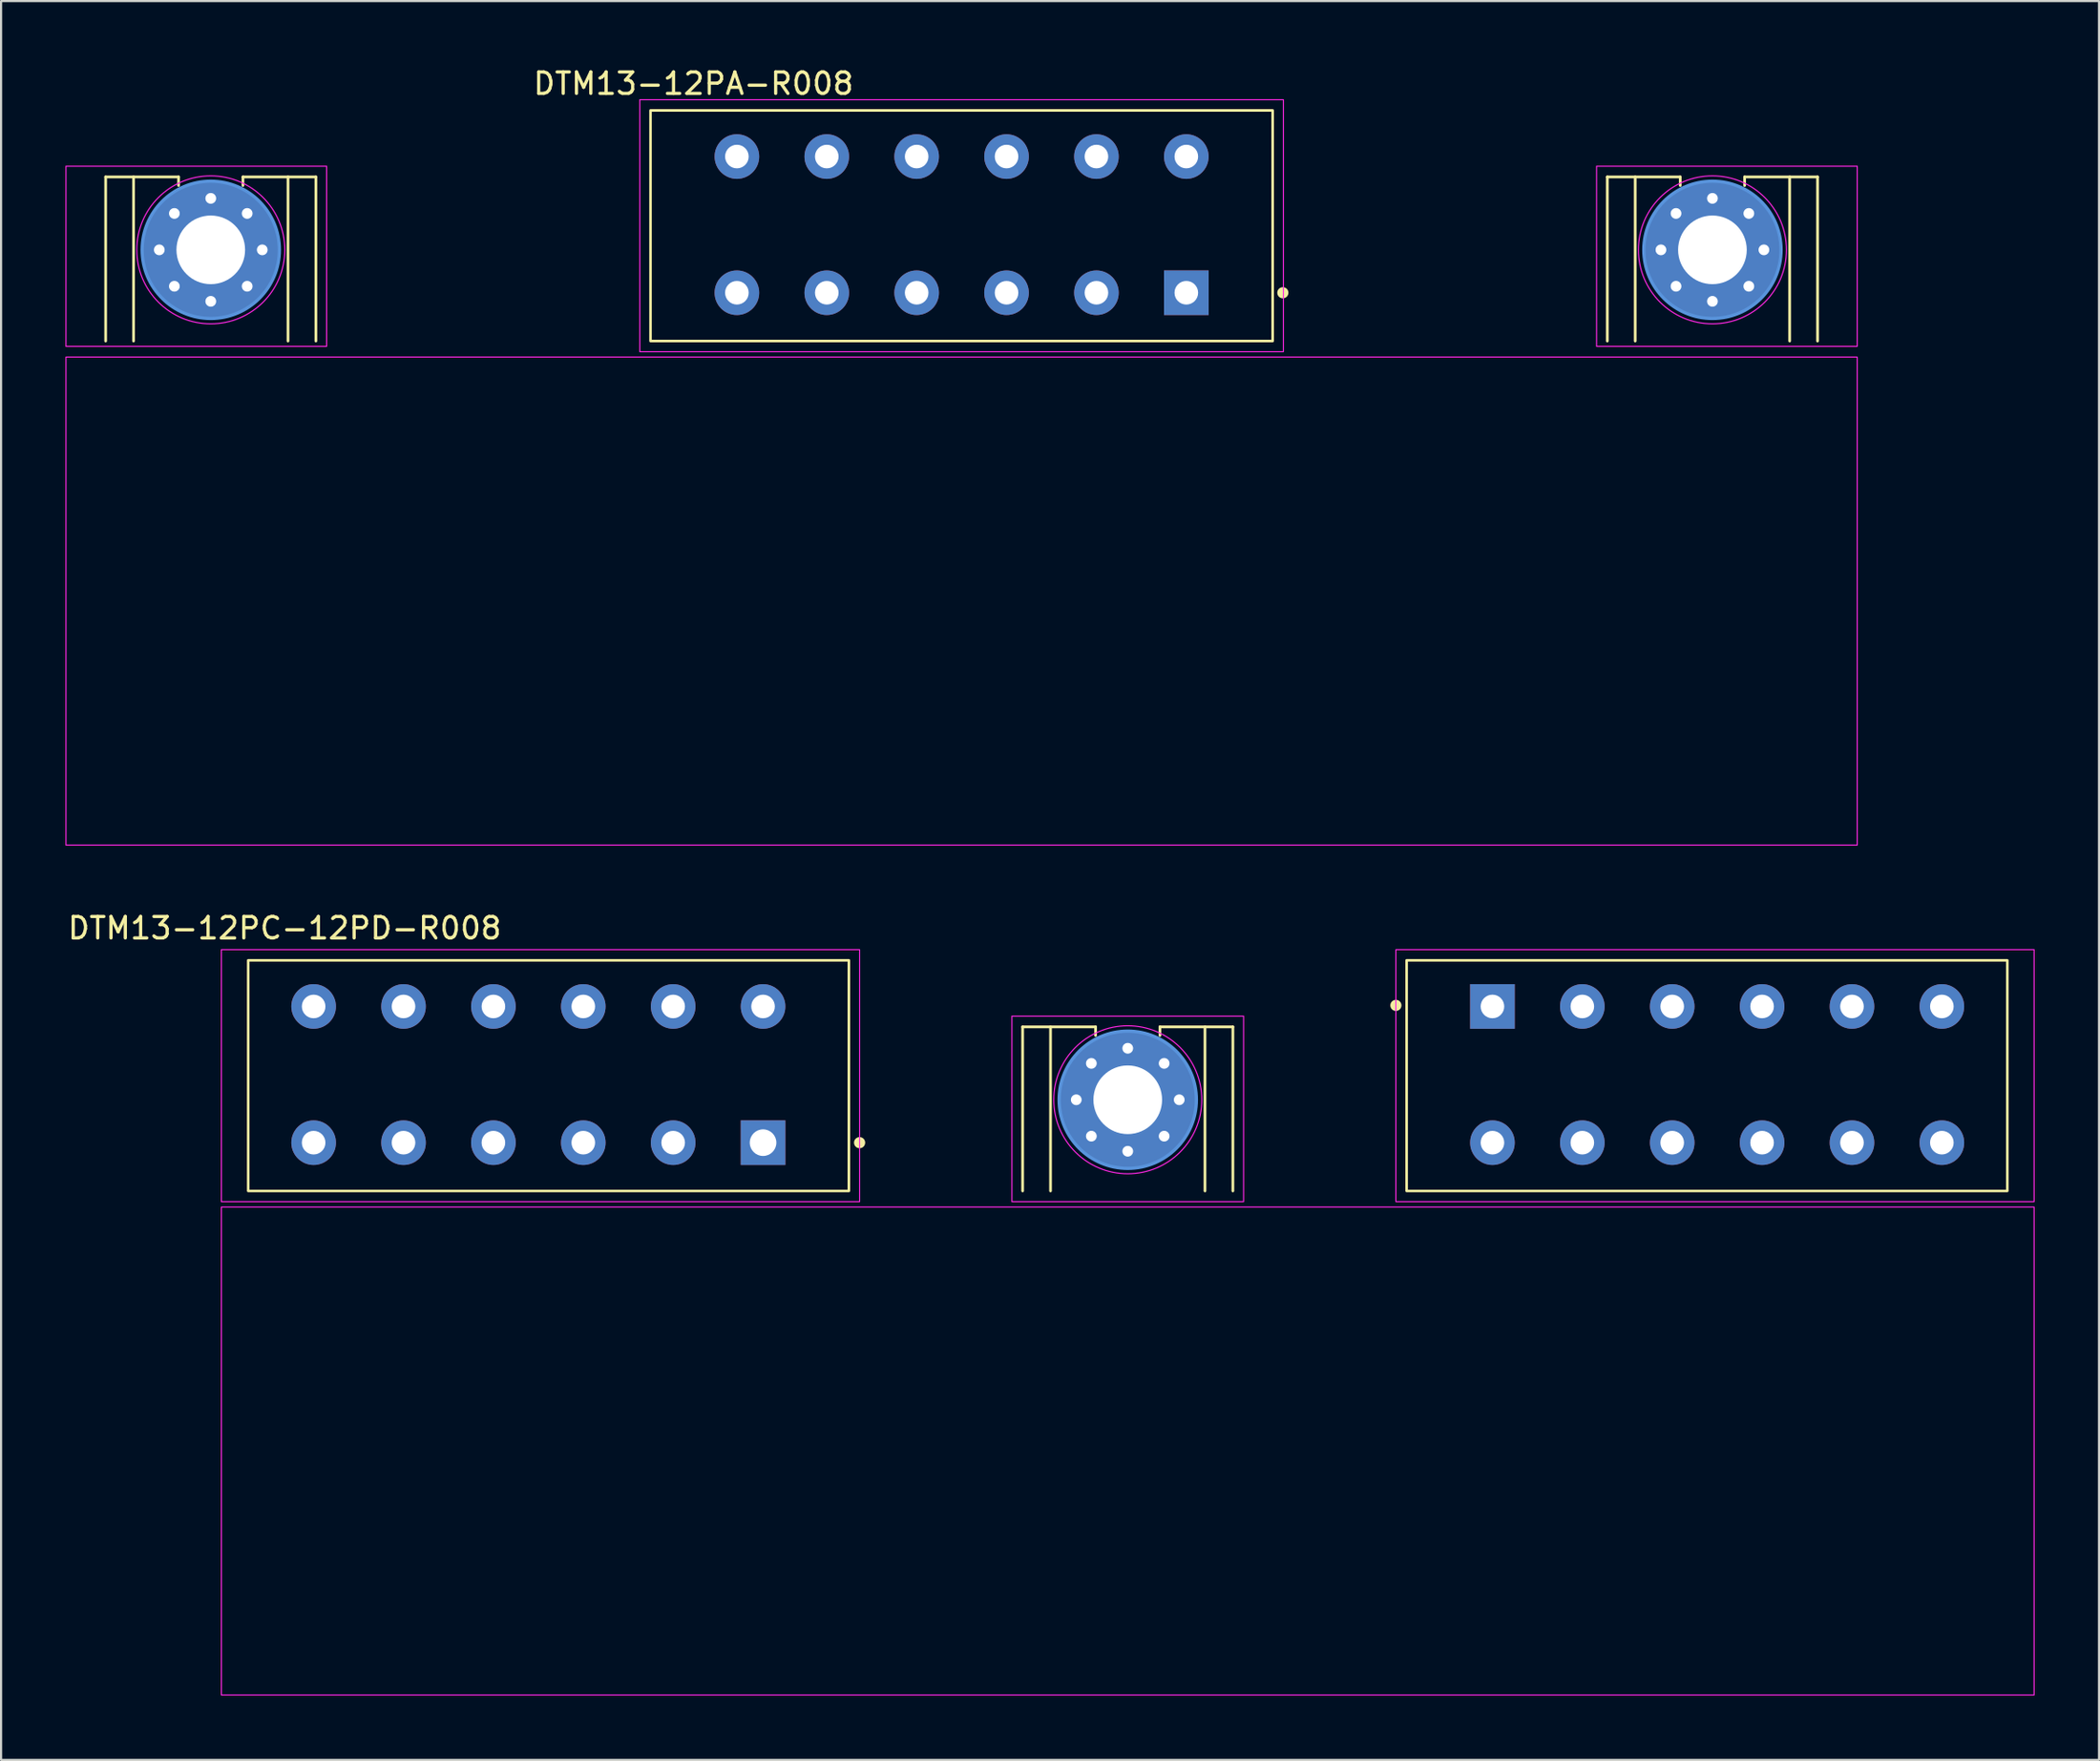
<source format=kicad_pcb>
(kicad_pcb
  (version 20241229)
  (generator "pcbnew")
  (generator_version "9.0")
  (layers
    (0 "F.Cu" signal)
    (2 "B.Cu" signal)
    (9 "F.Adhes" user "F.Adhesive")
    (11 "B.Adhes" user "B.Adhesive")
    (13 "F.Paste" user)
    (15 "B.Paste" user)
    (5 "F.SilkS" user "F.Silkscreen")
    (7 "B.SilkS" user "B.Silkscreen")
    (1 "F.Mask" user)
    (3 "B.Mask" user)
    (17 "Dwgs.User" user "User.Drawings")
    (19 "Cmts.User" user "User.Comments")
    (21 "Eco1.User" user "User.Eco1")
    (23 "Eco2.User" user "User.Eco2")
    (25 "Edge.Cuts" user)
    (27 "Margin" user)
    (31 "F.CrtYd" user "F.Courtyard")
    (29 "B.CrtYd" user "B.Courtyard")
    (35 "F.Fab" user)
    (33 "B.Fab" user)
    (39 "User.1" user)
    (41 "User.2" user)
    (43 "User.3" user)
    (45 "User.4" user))
  (footprint "DTM13-12PC-12PD-R008"
    (layer "F.Cu")
    (at 32.52 50.221)
    (property "Reference" "DTM13-12PC-12PD-R008" (at -22.3 -10 180) (layer "F.SilkS") (effects (font (size 1 1) (thickness 0.15))))
    (attr through_hole)
    (fp_line (start 12.1 -5.4) (end 15.5 -5.4) (stroke (width 0.127) (type solid)) (layer "F.SilkS"))
    (fp_line (start 12.1 2.25) (end 12.1 -5.4) (stroke (width 0.127) (type solid)) (layer "F.SilkS"))
    (fp_line (start 13.4 2.25) (end 13.4 -5.4) (stroke (width 0.127) (type solid)) (layer "F.SilkS"))
    (fp_line (start 15.5 -5.4) (end 15.5 -5) (stroke (width 0.127) (type solid)) (layer "F.SilkS"))
    (fp_line (start 18.5 -5.4) (end 21.9 -5.4) (stroke (width 0.127) (type solid)) (layer "F.SilkS"))
    (fp_line (start 18.5 -5) (end 18.5 -5.4) (stroke (width 0.127) (type solid)) (layer "F.SilkS"))
    (fp_line (start 20.6 2.25) (end 20.6 -5.4) (stroke (width 0.127) (type solid)) (layer "F.SilkS"))
    (fp_line (start 21.9 -5.4) (end 21.9 2.25) (stroke (width 0.127) (type solid)) (layer "F.SilkS"))
    (fp_rect (start -24 -8.5) (end 4 2.25) (stroke (width 0.12) (type solid)) (fill no) (layer "F.SilkS"))
    (fp_rect (start 30 -8.5) (end 58 2.25) (stroke (width 0.12) (type solid)) (fill no) (layer "F.SilkS"))
    (fp_circle (center 4.5 0) (end 4.7 0) (stroke (width 0.12) (type solid)) (fill yes) (layer "F.SilkS"))
    (fp_circle (center 29.5 -6.4) (end 29.7 -6.4) (stroke (width 0.12) (type solid)) (fill yes) (layer "F.SilkS"))
    (fp_circle (center 17 -2) (end 20.2 -2) (stroke (width 0.15) (type solid)) (fill no) (layer "Cmts.User"))
    (fp_rect (start -25.25 -9) (end 4.5 2.75) (stroke (width 0.05) (type default)) (fill no) (layer "F.CrtYd"))
    (fp_rect (start -25.25 3) (end 59.25 25.75) (stroke (width 0.05) (type solid)) (fill no) (layer "F.CrtYd"))
    (fp_rect (start 11.6 -5.9) (end 22.4 2.75) (stroke (width 0.05) (type default)) (fill no) (layer "F.CrtYd"))
    (fp_rect (start 29.5 -9) (end 59.25 2.75) (stroke (width 0.05) (type default)) (fill no) (layer "F.CrtYd"))
    (fp_circle (center 17 -2) (end 20.45 -2) (stroke (width 0.05) (type solid)) (fill no) (layer "F.CrtYd"))
    (pad "0" thru_hole circle (at 14.6 -2) (size 0.8 0.8) (drill 0.5) (layers "*.Cu" "*.Mask"))
    (pad "0" thru_hole circle (at 15.303 -3.697) (size 0.8 0.8) (drill 0.5) (layers "*.Cu" "*.Mask"))
    (pad "0" thru_hole circle (at 15.303 -0.303) (size 0.8 0.8) (drill 0.5) (layers "*.Cu" "*.Mask"))
    (pad "0" thru_hole circle (at 17 -4.4) (size 0.8 0.8) (drill 0.5) (layers "*.Cu" "*.Mask"))
    (pad "0" thru_hole circle (at 17 -2) (size 6.4 6.4) (drill 3.2) (layers "*.Cu" "*.Mask"))
    (pad "0" thru_hole circle (at 17 0.4) (size 0.8 0.8) (drill 0.5) (layers "*.Cu" "*.Mask"))
    (pad "0" thru_hole circle (at 18.697 -3.697) (size 0.8 0.8) (drill 0.5) (layers "*.Cu" "*.Mask"))
    (pad "0" thru_hole circle (at 18.697 -0.303) (size 0.8 0.8) (drill 0.5) (layers "*.Cu" "*.Mask"))
    (pad "0" thru_hole circle (at 19.4 -2) (size 0.8 0.8) (drill 0.5) (layers "*.Cu" "*.Mask"))
    (pad "1" thru_hole rect (at 0 0) (size 2.08 2.08) (drill 1.24) (layers "*.Cu" "*.Mask"))
    (pad "2" thru_hole circle (at -4.19 0) (size 2.08 2.08) (drill 1.1) (layers "*.Cu" "*.Mask"))
    (pad "3" thru_hole circle (at -8.38 0) (size 2.08 2.08) (drill 1.1) (layers "*.Cu" "*.Mask"))
    (pad "4" thru_hole circle (at -12.57 0) (size 2.08 2.08) (drill 1.1) (layers "*.Cu" "*.Mask"))
    (pad "5" thru_hole circle (at -16.76 0) (size 2.08 2.08) (drill 1.1) (layers "*.Cu" "*.Mask"))
    (pad "6" thru_hole circle (at -20.95 0) (size 2.08 2.08) (drill 1.1) (layers "*.Cu" "*.Mask"))
    (pad "7" thru_hole circle (at -20.95 -6.35) (size 2.08 2.08) (drill 1.1) (layers "*.Cu" "*.Mask"))
    (pad "8" thru_hole circle (at -16.76 -6.35) (size 2.08 2.08) (drill 1.1) (layers "*.Cu" "*.Mask"))
    (pad "9" thru_hole circle (at -12.57 -6.35) (size 2.08 2.08) (drill 1.1) (layers "*.Cu" "*.Mask"))
    (pad "10" thru_hole circle (at -8.38 -6.35) (size 2.08 2.08) (drill 1.1) (layers "*.Cu" "*.Mask"))
    (pad "11" thru_hole circle (at -4.19 -6.35) (size 2.08 2.08) (drill 1.1) (layers "*.Cu" "*.Mask"))
    (pad "12" thru_hole circle (at 0 -6.35) (size 2.08 2.08) (drill 1.1) (layers "*.Cu" "*.Mask"))
    (pad "13" thru_hole rect (at 34 -6.35) (size 2.08 2.08) (drill 1.1) (layers "*.Cu" "*.Mask"))
    (pad "14" thru_hole circle (at 38.19 -6.35) (size 2.08 2.08) (drill 1.1) (layers "*.Cu" "*.Mask"))
    (pad "15" thru_hole circle (at 42.38 -6.35) (size 2.08 2.08) (drill 1.1) (layers "*.Cu" "*.Mask"))
    (pad "16" thru_hole circle (at 46.57 -6.35) (size 2.08 2.08) (drill 1.1) (layers "*.Cu" "*.Mask"))
    (pad "17" thru_hole circle (at 50.76 -6.35) (size 2.08 2.08) (drill 1.1) (layers "*.Cu" "*.Mask"))
    (pad "18" thru_hole circle (at 54.95 -6.35) (size 2.08 2.08) (drill 1.1) (layers "*.Cu" "*.Mask"))
    (pad "19" thru_hole circle (at 54.95 0) (size 2.08 2.08) (drill 1.1) (layers "*.Cu" "*.Mask"))
    (pad "20" thru_hole circle (at 50.76 0) (size 2.08 2.08) (drill 1.1) (layers "*.Cu" "*.Mask"))
    (pad "21" thru_hole circle (at 46.57 0) (size 2.08 2.08) (drill 1.1) (layers "*.Cu" "*.Mask"))
    (pad "22" thru_hole circle (at 42.38 0) (size 2.08 2.08) (drill 1.1) (layers "*.Cu" "*.Mask"))
    (pad "23" thru_hole circle (at 38.19 0) (size 2.08 2.08) (drill 1.1) (layers "*.Cu" "*.Mask"))
    (pad "24" thru_hole circle (at 34 0) (size 2.08 2.08) (drill 1.1) (layers "*.Cu" "*.Mask")))
  (footprint "DTM13-12PA-R008"
    (layer "F.Cu")
    (at 52.25 10.598)
    (property "Reference" "DTM13-12PA-R008" (at -22.975 -9.75 0) (layer "F.SilkS") (effects (font (size 1 1) (thickness 0.15))))
    (attr through_hole)
    (fp_line (start -50.375 -5.4) (end -46.975 -5.4) (stroke (width 0.127) (type solid)) (layer "F.SilkS"))
    (fp_line (start -50.375 2.25) (end -50.375 -5.4) (stroke (width 0.127) (type solid)) (layer "F.SilkS"))
    (fp_line (start -49.075 2.25) (end -49.075 -5.4) (stroke (width 0.127) (type solid)) (layer "F.SilkS"))
    (fp_line (start -46.975 -5.4) (end -46.975 -5) (stroke (width 0.127) (type solid)) (layer "F.SilkS"))
    (fp_line (start -43.975 -5.4) (end -40.575 -5.4) (stroke (width 0.127) (type solid)) (layer "F.SilkS"))
    (fp_line (start -43.975 -5) (end -43.975 -5.4) (stroke (width 0.127) (type solid)) (layer "F.SilkS"))
    (fp_line (start -41.875 2.25) (end -41.875 -5.4) (stroke (width 0.127) (type solid)) (layer "F.SilkS"))
    (fp_line (start -40.575 -5.4) (end -40.575 2.25) (stroke (width 0.127) (type solid)) (layer "F.SilkS"))
    (fp_line (start 19.625 -5.4) (end 23.025 -5.4) (stroke (width 0.127) (type solid)) (layer "F.SilkS"))
    (fp_line (start 19.625 2.25) (end 19.625 -5.4) (stroke (width 0.127) (type solid)) (layer "F.SilkS"))
    (fp_line (start 20.925 2.25) (end 20.925 -5.4) (stroke (width 0.127) (type solid)) (layer "F.SilkS"))
    (fp_line (start 23.025 -5.4) (end 23.025 -5) (stroke (width 0.127) (type solid)) (layer "F.SilkS"))
    (fp_line (start 26.025 -5.4) (end 29.425 -5.4) (stroke (width 0.127) (type solid)) (layer "F.SilkS"))
    (fp_line (start 26.025 -5) (end 26.025 -5.4) (stroke (width 0.127) (type solid)) (layer "F.SilkS"))
    (fp_line (start 28.125 2.25) (end 28.125 -5.4) (stroke (width 0.127) (type solid)) (layer "F.SilkS"))
    (fp_line (start 29.425 -5.4) (end 29.425 2.25) (stroke (width 0.127) (type solid)) (layer "F.SilkS"))
    (fp_rect (start -24.975 -8.5) (end 4.025 2.25) (stroke (width 0.12) (type default)) (fill no) (layer "F.SilkS"))
    (fp_circle (center 4.5 0) (end 4.7 0) (stroke (width 0.12) (type solid)) (fill yes) (layer "F.SilkS"))
    (fp_circle (center -45.475 -2) (end -42.275 -2) (stroke (width 0.15) (type solid)) (fill no) (layer "Cmts.User"))
    (fp_circle (center 24.525 -2) (end 27.725 -2) (stroke (width 0.15) (type solid)) (fill no) (layer "Cmts.User"))
    (fp_rect (start -52.225 -5.9) (end -40.075 2.5) (stroke (width 0.05) (type default)) (fill no) (layer "F.CrtYd"))
    (fp_rect (start -52.225 3) (end 31.275 25.75) (stroke (width 0.05) (type solid)) (fill no) (layer "F.CrtYd"))
    (fp_rect (start -25.475 -9) (end 4.525 2.75) (stroke (width 0.05) (type default)) (fill no) (layer "F.CrtYd"))
    (fp_rect (start 19.125 -5.9) (end 31.275 2.5) (stroke (width 0.05) (type default)) (fill no) (layer "F.CrtYd"))
    (fp_circle (center -45.475 -2) (end -42.025 -2) (stroke (width 0.05) (type solid)) (fill no) (layer "F.CrtYd"))
    (fp_circle (center 24.525 -2) (end 27.975 -2) (stroke (width 0.05) (type solid)) (fill no) (layer "F.CrtYd"))
    (pad "0" thru_hole circle (at -47.875 -2) (size 0.8 0.8) (drill 0.5) (layers "*.Cu" "*.Mask"))
    (pad "0" thru_hole circle (at -47.172 -3.697) (size 0.8 0.8) (drill 0.5) (layers "*.Cu" "*.Mask"))
    (pad "0" thru_hole circle (at -47.172 -0.303) (size 0.8 0.8) (drill 0.5) (layers "*.Cu" "*.Mask"))
    (pad "0" thru_hole circle (at -45.475 -4.4) (size 0.8 0.8) (drill 0.5) (layers "*.Cu" "*.Mask"))
    (pad "0" thru_hole circle (at -45.475 -2) (size 6.4 6.4) (drill 3.2) (layers "*.Cu" "*.Mask"))
    (pad "0" thru_hole circle (at -45.475 0.4) (size 0.8 0.8) (drill 0.5) (layers "*.Cu" "*.Mask"))
    (pad "0" thru_hole circle (at -43.778 -3.697) (size 0.8 0.8) (drill 0.5) (layers "*.Cu" "*.Mask"))
    (pad "0" thru_hole circle (at -43.778 -0.303) (size 0.8 0.8) (drill 0.5) (layers "*.Cu" "*.Mask"))
    (pad "0" thru_hole circle (at -43.075 -2) (size 0.8 0.8) (drill 0.5) (layers "*.Cu" "*.Mask"))
    (pad "0" thru_hole circle (at 22.125 -2) (size 0.8 0.8) (drill 0.5) (layers "*.Cu" "*.Mask"))
    (pad "0" thru_hole circle (at 22.828 -3.697) (size 0.8 0.8) (drill 0.5) (layers "*.Cu" "*.Mask"))
    (pad "0" thru_hole circle (at 22.828 -0.303) (size 0.8 0.8) (drill 0.5) (layers "*.Cu" "*.Mask"))
    (pad "0" thru_hole circle (at 24.525 -4.4) (size 0.8 0.8) (drill 0.5) (layers "*.Cu" "*.Mask"))
    (pad "0" thru_hole circle (at 24.525 -2) (size 6.4 6.4) (drill 3.2) (layers "*.Cu" "*.Mask"))
    (pad "0" thru_hole circle (at 24.525 0.4) (size 0.8 0.8) (drill 0.5) (layers "*.Cu" "*.Mask"))
    (pad "0" thru_hole circle (at 26.222 -3.697) (size 0.8 0.8) (drill 0.5) (layers "*.Cu" "*.Mask"))
    (pad "0" thru_hole circle (at 26.222 -0.303) (size 0.8 0.8) (drill 0.5) (layers "*.Cu" "*.Mask"))
    (pad "0" thru_hole circle (at 26.925 -2) (size 0.8 0.8) (drill 0.5) (layers "*.Cu" "*.Mask"))
    (pad "1" thru_hole rect (at 0 0) (size 2.08 2.08) (drill 1.1) (layers "*.Cu" "*.Mask"))
    (pad "2" thru_hole circle (at -4.19 0) (size 2.08 2.08) (drill 1.1) (layers "*.Cu" "*.Mask"))
    (pad "3" thru_hole circle (at -8.38 0) (size 2.08 2.08) (drill 1.1) (layers "*.Cu" "*.Mask"))
    (pad "4" thru_hole circle (at -12.57 0) (size 2.08 2.08) (drill 1.1) (layers "*.Cu" "*.Mask"))
    (pad "5" thru_hole circle (at -16.76 0) (size 2.08 2.08) (drill 1.1) (layers "*.Cu" "*.Mask"))
    (pad "6" thru_hole circle (at -20.95 0) (size 2.08 2.08) (drill 1.1) (layers "*.Cu" "*.Mask"))
    (pad "7" thru_hole circle (at -20.95 -6.35) (size 2.08 2.08) (drill 1.1) (layers "*.Cu" "*.Mask"))
    (pad "8" thru_hole circle (at -16.76 -6.35) (size 2.08 2.08) (drill 1.1) (layers "*.Cu" "*.Mask"))
    (pad "9" thru_hole circle (at -12.57 -6.35) (size 2.08 2.08) (drill 1.1) (layers "*.Cu" "*.Mask"))
    (pad "10" thru_hole circle (at -8.38 -6.35) (size 2.08 2.08) (drill 1.1) (layers "*.Cu" "*.Mask"))
    (pad "11" thru_hole circle (at -4.19 -6.35) (size 2.08 2.08) (drill 1.1) (layers "*.Cu" "*.Mask"))
    (pad "12" thru_hole circle (at 0 -6.35) (size 2.08 2.08) (drill 1.1) (layers "*.Cu" "*.Mask")))
  (gr_rect
    (start -3 -3)
    (end 94.795 78.996)
    (stroke (width 0.1) (type default))
    (fill no)
    (layer "Edge.Cuts")))
</source>
